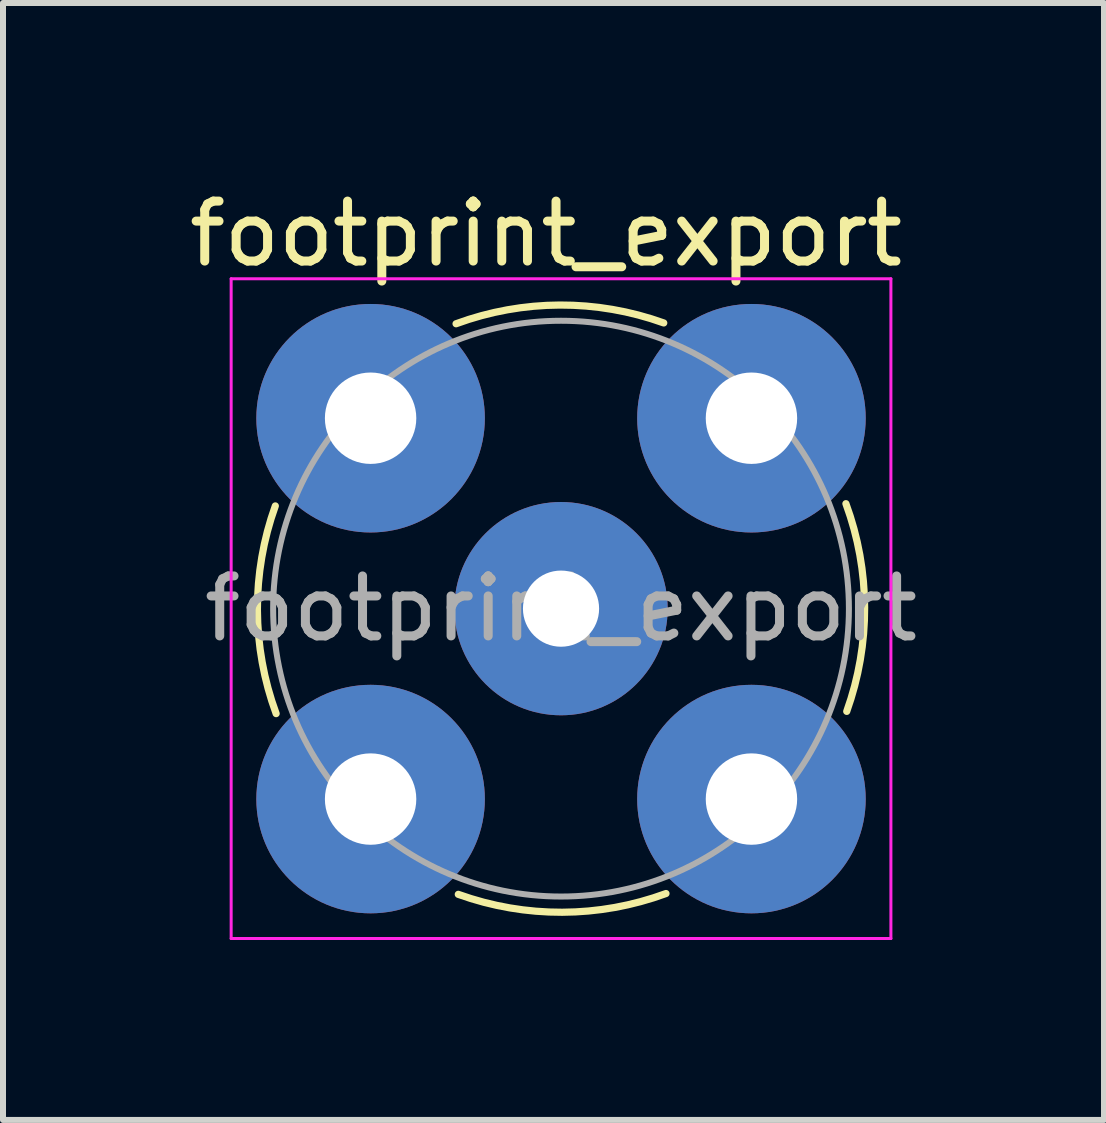
<source format=kicad_pcb>
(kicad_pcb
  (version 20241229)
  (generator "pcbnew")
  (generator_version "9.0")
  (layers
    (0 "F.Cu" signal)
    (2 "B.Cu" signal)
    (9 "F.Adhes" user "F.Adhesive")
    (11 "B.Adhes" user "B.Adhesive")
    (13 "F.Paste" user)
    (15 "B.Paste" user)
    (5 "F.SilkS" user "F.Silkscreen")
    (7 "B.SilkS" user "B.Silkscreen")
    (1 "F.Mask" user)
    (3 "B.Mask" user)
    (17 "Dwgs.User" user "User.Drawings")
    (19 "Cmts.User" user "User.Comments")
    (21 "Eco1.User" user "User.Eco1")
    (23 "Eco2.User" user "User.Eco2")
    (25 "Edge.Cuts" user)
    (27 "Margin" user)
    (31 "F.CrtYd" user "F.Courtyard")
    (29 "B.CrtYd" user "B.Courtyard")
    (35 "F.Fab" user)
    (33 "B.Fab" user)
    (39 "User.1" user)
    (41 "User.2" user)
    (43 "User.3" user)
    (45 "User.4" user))
  (footprint "footprint_export"
    (layer "F.Cu")
    (at 6.304 7.098)
    (property "Reference" "footprint_export" (at -0.25 -6.25 0) (layer "F.SilkS") (effects (font (size 1 1) (thickness 0.15))))
    (attr through_hole)
    (fp_arc (start -4.75 1.75) (mid -5.062075 0.019867) (end -4.763589 -1.712663) (stroke (width 0.12) (type solid)) (layer "F.SilkS"))
    (fp_arc (start -1.75 -4.75) (mid -0.019867 -5.062075) (end 1.712663 -4.763589) (stroke (width 0.12) (type solid)) (layer "F.SilkS"))
    (fp_arc (start 1.75 4.75) (mid 0.019867 5.062075) (end -1.712663 4.763589) (stroke (width 0.12) (type solid)) (layer "F.SilkS"))
    (fp_arc (start 4.75 -1.75) (mid 5.062075 -0.019867) (end 4.763589 1.712663) (stroke (width 0.12) (type solid)) (layer "F.SilkS"))
    (fp_line (start -5.5 -5.5) (end 5.5 -5.5) (stroke (width 0.05) (type solid)) (layer "F.CrtYd"))
    (fp_line (start -5.5 5.5) (end -5.5 -5.5) (stroke (width 0.05) (type solid)) (layer "F.CrtYd"))
    (fp_line (start 5.5 -5.5) (end 5.5 5.5) (stroke (width 0.05) (type solid)) (layer "F.CrtYd"))
    (fp_line (start 5.5 5.5) (end -5.5 5.5) (stroke (width 0.05) (type solid)) (layer "F.CrtYd"))
    (fp_circle (center 0 0) (end 4.8 0) (stroke (width 0.1) (type solid)) (fill no) (layer "F.Fab"))
    (fp_text user "${REFERENCE}" (at 0 0 0) (layer "F.Fab") (effects (font (size 1 1) (thickness 0.15))))
    (pad "1" thru_hole circle (at 0 0) (size 3.556 3.556) (drill 1.27) (layers "*.Cu" "*.Mask"))
    (pad "2" thru_hole circle (at -3.175 -3.175) (size 3.81 3.81) (drill 1.524) (layers "*.Cu" "*.Mask"))
    (pad "2" thru_hole circle (at -3.175 3.175) (size 3.81 3.81) (drill 1.524) (layers "*.Cu" "*.Mask"))
    (pad "2" thru_hole circle (at 3.175 -3.175) (size 3.81 3.81) (drill 1.524) (layers "*.Cu" "*.Mask"))
    (pad "2" thru_hole circle (at 3.175 3.175) (size 3.81 3.81) (drill 1.524) (layers "*.Cu" "*.Mask")))
  (gr_rect
    (start -3 -3)
    (end 15.357 15.623)
    (stroke (width 0.1) (type default))
    (fill no)
    (layer "Edge.Cuts")))
</source>
